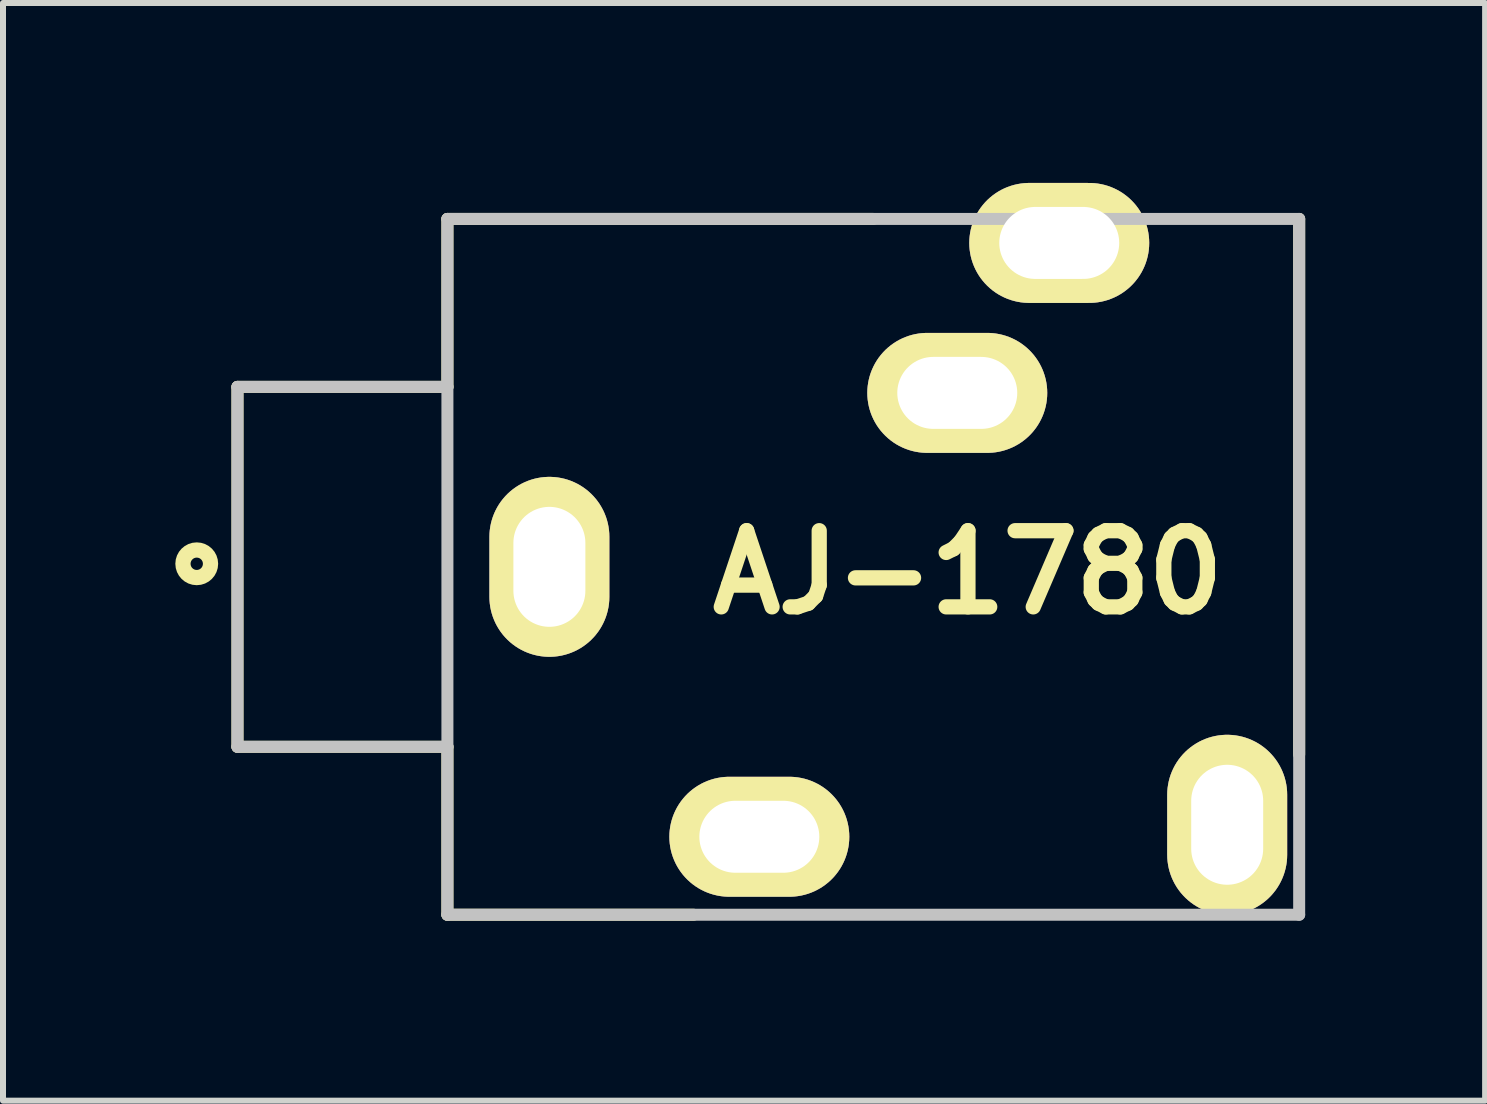
<source format=kicad_pcb>
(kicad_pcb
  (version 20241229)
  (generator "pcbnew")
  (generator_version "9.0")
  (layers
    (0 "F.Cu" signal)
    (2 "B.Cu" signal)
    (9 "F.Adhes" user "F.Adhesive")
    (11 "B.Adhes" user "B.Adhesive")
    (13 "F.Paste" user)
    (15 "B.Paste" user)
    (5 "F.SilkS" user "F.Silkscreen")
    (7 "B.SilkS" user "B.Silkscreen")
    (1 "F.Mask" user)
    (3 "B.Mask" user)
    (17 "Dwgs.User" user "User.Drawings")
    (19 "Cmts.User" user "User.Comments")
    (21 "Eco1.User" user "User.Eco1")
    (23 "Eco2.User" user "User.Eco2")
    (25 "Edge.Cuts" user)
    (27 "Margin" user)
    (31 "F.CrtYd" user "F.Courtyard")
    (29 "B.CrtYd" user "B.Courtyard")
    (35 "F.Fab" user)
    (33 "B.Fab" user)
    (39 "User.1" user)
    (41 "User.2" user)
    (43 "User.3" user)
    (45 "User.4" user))
  (footprint "AJ-1780"
    (layer "F.Cu")
    (at 4.409 6.4)
    (property "Reference" "AJ-1780" (at 8.678 0.093 0) (layer "F.SilkS") (effects (font (size 1.27 1.27) (thickness 0.254))))
    (attr through_hole)
    (fp_line (start -3.5 -3) (end -3.5 3) (stroke (width 0.2) (type solid)) (layer "F.SilkS"))
    (fp_line (start -3.5 3) (end 0 3) (stroke (width 0.2) (type solid)) (layer "F.SilkS"))
    (fp_line (start 0 -5.8) (end 0 -3) (stroke (width 0.2) (type solid)) (layer "F.SilkS"))
    (fp_line (start 0 -3) (end -3.5 -3) (stroke (width 0.2) (type solid)) (layer "F.SilkS"))
    (fp_line (start 0 3) (end 0 5.8) (stroke (width 0.2) (type solid)) (layer "F.SilkS"))
    (fp_line (start 0 5.8) (end 4.105 5.8) (stroke (width 0.2) (type solid)) (layer "F.SilkS"))
    (fp_line (start 7.1 -5.8) (end 0 -5.8) (stroke (width 0.2) (type solid)) (layer "F.SilkS"))
    (fp_line (start 14.2 -5.8) (end 14.2 3.128) (stroke (width 0.2) (type solid)) (layer "F.SilkS"))
    (fp_circle (center -4.179 -0.051) (end -4.282 -0.051) (stroke (width 0.254) (type solid)) (fill no) (layer "F.SilkS"))
    (fp_line (start -3.5 -3) (end -3.5 3) (stroke (width 0.2) (type solid)) (layer "Dwgs.User"))
    (fp_line (start -3.5 3) (end 0 3) (stroke (width 0.2) (type solid)) (layer "Dwgs.User"))
    (fp_line (start 0 -5.8) (end 14.2 -5.8) (stroke (width 0.2) (type solid)) (layer "Dwgs.User"))
    (fp_line (start 0 -3) (end -3.5 -3) (stroke (width 0.2) (type solid)) (layer "Dwgs.User"))
    (fp_line (start 0 5.8) (end 0 -5.8) (stroke (width 0.2) (type solid)) (layer "Dwgs.User"))
    (fp_line (start 14.2 -5.8) (end 14.2 5.8) (stroke (width 0.2) (type solid)) (layer "Dwgs.User"))
    (fp_line (start 14.2 5.8) (end 0 5.8) (stroke (width 0.2) (type solid)) (layer "Dwgs.User"))
    (pad "1" thru_hole oval (at 1.7 0 90) (size 3 2) (drill oval 2 1.2) (layers "*.Cu" "*.Mask" "F.SilkS"))
    (pad "2" thru_hole oval (at 10.2 -5.4 90) (size 2 3) (drill oval 1.2 2) (layers "*.Cu" "*.Mask" "F.SilkS"))
    (pad "3" thru_hole oval (at 8.5 -2.9 90) (size 2 3) (drill oval 1.2 2) (layers "*.Cu" "*.Mask" "F.SilkS"))
    (pad "4" thru_hole oval (at 13 4.3 90) (size 3 2) (drill oval 2 1.2) (layers "*.Cu" "*.Mask" "F.SilkS"))
    (pad "5" thru_hole oval (at 5.2 4.5 90) (size 2 3) (drill oval 1.2 2) (layers "*.Cu" "*.Mask" "F.SilkS")))
  (gr_rect
    (start -3 -3)
    (end 21.709 15.3)
    (stroke (width 0.1) (type default))
    (fill no)
    (layer "Edge.Cuts")))
</source>
